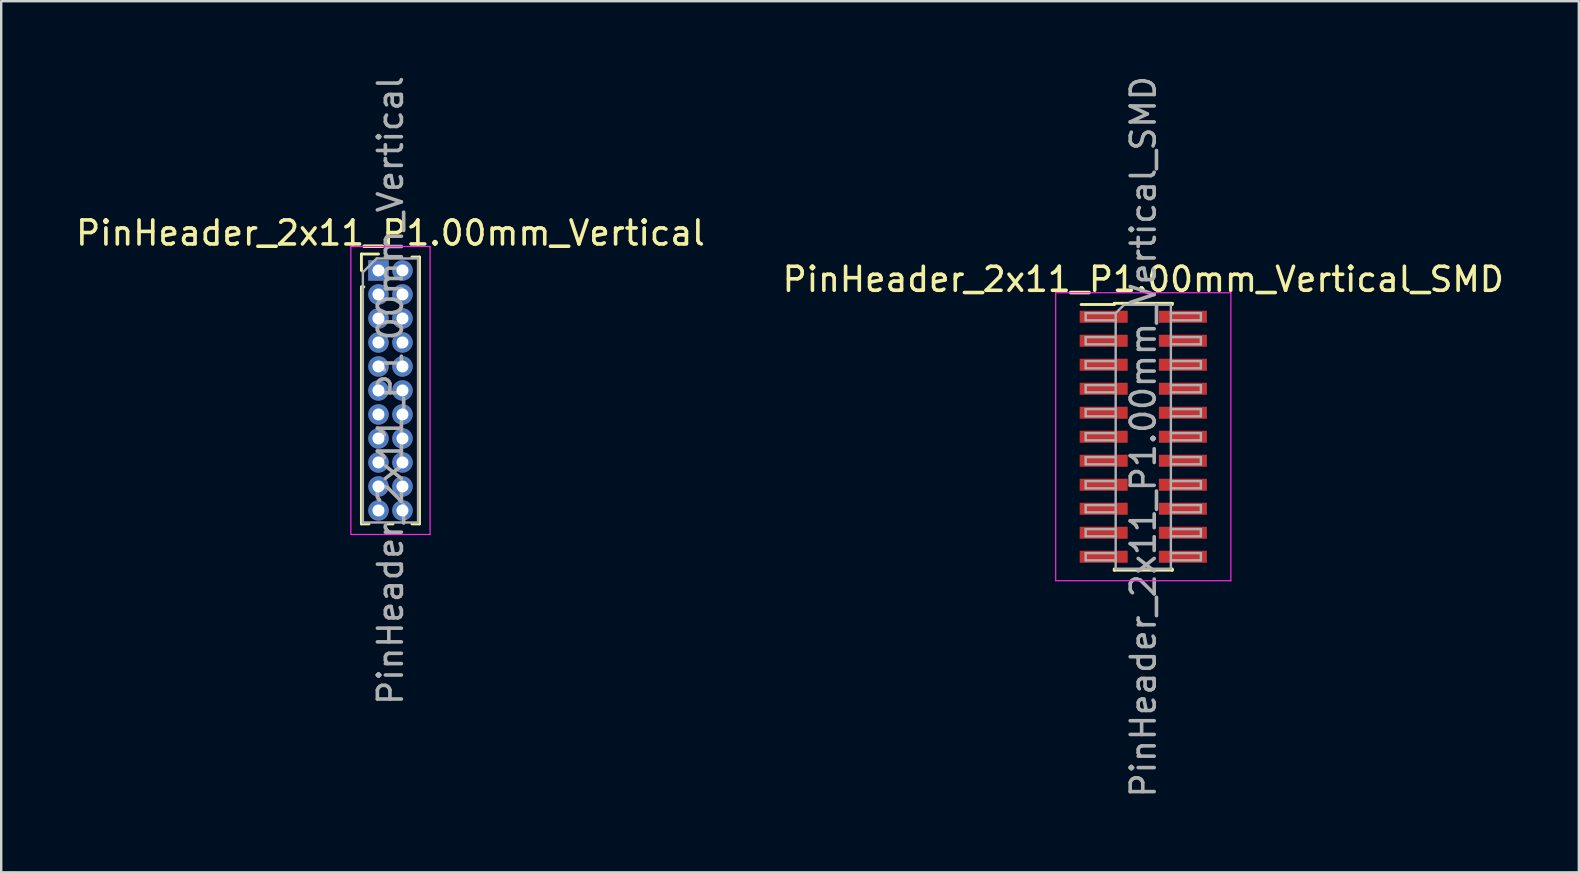
<source format=kicad_pcb>
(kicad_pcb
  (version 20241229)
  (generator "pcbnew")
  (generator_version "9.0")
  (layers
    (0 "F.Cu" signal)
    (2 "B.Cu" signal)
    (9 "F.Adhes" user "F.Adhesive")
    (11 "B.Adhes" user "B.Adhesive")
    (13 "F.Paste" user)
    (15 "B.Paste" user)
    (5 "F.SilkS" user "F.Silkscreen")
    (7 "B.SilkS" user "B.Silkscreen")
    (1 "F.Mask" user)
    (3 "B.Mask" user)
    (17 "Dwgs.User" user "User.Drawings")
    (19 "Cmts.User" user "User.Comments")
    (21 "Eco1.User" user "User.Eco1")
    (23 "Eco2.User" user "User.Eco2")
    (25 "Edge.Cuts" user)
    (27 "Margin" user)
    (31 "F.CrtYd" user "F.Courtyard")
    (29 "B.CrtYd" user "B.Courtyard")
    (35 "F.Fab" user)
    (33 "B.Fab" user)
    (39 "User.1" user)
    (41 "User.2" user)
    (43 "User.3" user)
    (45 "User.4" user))
  (footprint "PinHeader_2x11_P1.00mm_Vertical"
    (layer "F.Cu")
    (at 12.72 8.22)
    (property "Reference" "PinHeader_2x11_P1.00mm_Vertical" (at 0.5 -1.56 0) (layer "F.SilkS") (effects (font (size 1 1) (thickness 0.15))))
    (attr through_hole)
    (fp_line (start -0.71 -0.685) (end 0 -0.685) (stroke (width 0.12) (type solid)) (layer "F.SilkS"))
    (fp_line (start -0.71 0) (end -0.71 -0.685) (stroke (width 0.12) (type solid)) (layer "F.SilkS"))
    (fp_line (start -0.71 0.685) (end -0.71 10.56) (stroke (width 0.12) (type solid)) (layer "F.SilkS"))
    (fp_line (start -0.71 0.685) (end -0.608 0.685) (stroke (width 0.12) (type solid)) (layer "F.SilkS"))
    (fp_line (start -0.71 10.56) (end -0.394 10.56) (stroke (width 0.12) (type solid)) (layer "F.SilkS"))
    (fp_line (start 0.394 10.56) (end 0.606 10.56) (stroke (width 0.12) (type solid)) (layer "F.SilkS"))
    (fp_line (start 1.394 -0.56) (end 1.71 -0.56) (stroke (width 0.12) (type solid)) (layer "F.SilkS"))
    (fp_line (start 1.394 10.56) (end 1.71 10.56) (stroke (width 0.12) (type solid)) (layer "F.SilkS"))
    (fp_line (start 1.71 -0.56) (end 1.71 10.56) (stroke (width 0.12) (type solid)) (layer "F.SilkS"))
    (fp_line (start -1.15 -1) (end -1.15 11) (stroke (width 0.05) (type solid)) (layer "F.CrtYd"))
    (fp_line (start -1.15 11) (end 2.15 11) (stroke (width 0.05) (type solid)) (layer "F.CrtYd"))
    (fp_line (start 2.15 -1) (end -1.15 -1) (stroke (width 0.05) (type solid)) (layer "F.CrtYd"))
    (fp_line (start 2.15 11) (end 2.15 -1) (stroke (width 0.05) (type solid)) (layer "F.CrtYd"))
    (fp_line (start -0.65 0.075) (end -0.075 -0.5) (stroke (width 0.1) (type solid)) (layer "F.Fab"))
    (fp_line (start -0.65 10.5) (end -0.65 0.075) (stroke (width 0.1) (type solid)) (layer "F.Fab"))
    (fp_line (start -0.075 -0.5) (end 1.65 -0.5) (stroke (width 0.1) (type solid)) (layer "F.Fab"))
    (fp_line (start 1.65 -0.5) (end 1.65 10.5) (stroke (width 0.1) (type solid)) (layer "F.Fab"))
    (fp_line (start 1.65 10.5) (end -0.65 10.5) (stroke (width 0.1) (type solid)) (layer "F.Fab"))
    (fp_text user "${REFERENCE}" (at 0.5 5 90) (layer "F.Fab") (effects (font (size 1 1) (thickness 0.15))))
    (pad "1" thru_hole rect (at 0 0) (size 0.85 0.85) (drill 0.5) (layers "*.Cu" "*.Mask"))
    (pad "2" thru_hole oval (at 1 0) (size 0.85 0.85) (drill 0.5) (layers "*.Cu" "*.Mask"))
    (pad "3" thru_hole oval (at 0 1) (size 0.85 0.85) (drill 0.5) (layers "*.Cu" "*.Mask"))
    (pad "4" thru_hole oval (at 1 1) (size 0.85 0.85) (drill 0.5) (layers "*.Cu" "*.Mask"))
    (pad "5" thru_hole oval (at 0 2) (size 0.85 0.85) (drill 0.5) (layers "*.Cu" "*.Mask"))
    (pad "6" thru_hole oval (at 1 2) (size 0.85 0.85) (drill 0.5) (layers "*.Cu" "*.Mask"))
    (pad "7" thru_hole oval (at 0 3) (size 0.85 0.85) (drill 0.5) (layers "*.Cu" "*.Mask"))
    (pad "8" thru_hole oval (at 1 3) (size 0.85 0.85) (drill 0.5) (layers "*.Cu" "*.Mask"))
    (pad "9" thru_hole oval (at 0 4) (size 0.85 0.85) (drill 0.5) (layers "*.Cu" "*.Mask"))
    (pad "10" thru_hole oval (at 1 4) (size 0.85 0.85) (drill 0.5) (layers "*.Cu" "*.Mask"))
    (pad "11" thru_hole oval (at 0 5) (size 0.85 0.85) (drill 0.5) (layers "*.Cu" "*.Mask"))
    (pad "12" thru_hole oval (at 1 5) (size 0.85 0.85) (drill 0.5) (layers "*.Cu" "*.Mask"))
    (pad "13" thru_hole oval (at 0 6) (size 0.85 0.85) (drill 0.5) (layers "*.Cu" "*.Mask"))
    (pad "14" thru_hole oval (at 1 6) (size 0.85 0.85) (drill 0.5) (layers "*.Cu" "*.Mask"))
    (pad "15" thru_hole oval (at 0 7) (size 0.85 0.85) (drill 0.5) (layers "*.Cu" "*.Mask"))
    (pad "16" thru_hole oval (at 1 7) (size 0.85 0.85) (drill 0.5) (layers "*.Cu" "*.Mask"))
    (pad "17" thru_hole oval (at 0 8) (size 0.85 0.85) (drill 0.5) (layers "*.Cu" "*.Mask"))
    (pad "18" thru_hole oval (at 1 8) (size 0.85 0.85) (drill 0.5) (layers "*.Cu" "*.Mask"))
    (pad "19" thru_hole oval (at 0 9) (size 0.85 0.85) (drill 0.5) (layers "*.Cu" "*.Mask"))
    (pad "20" thru_hole oval (at 1 9) (size 0.85 0.85) (drill 0.5) (layers "*.Cu" "*.Mask"))
    (pad "21" thru_hole oval (at 0 10) (size 0.85 0.85) (drill 0.5) (layers "*.Cu" "*.Mask"))
    (pad "22" thru_hole oval (at 1 10) (size 0.85 0.85) (drill 0.5) (layers "*.Cu" "*.Mask")))
  (footprint "PinHeader_2x11_P1.00mm_Vertical_SMD"
    (layer "F.Cu")
    (at 44.589 15.149)
    (property "Reference" "PinHeader_2x11_P1.00mm_Vertical_SMD" (at 0 -6.56 0) (layer "F.SilkS") (effects (font (size 1 1) (thickness 0.15))))
    (attr smd)
    (fp_line (start -2.59 -5.51) (end -1.21 -5.51) (stroke (width 0.12) (type solid)) (layer "F.SilkS"))
    (fp_line (start -1.21 -5.56) (end -1.21 -5.51) (stroke (width 0.12) (type solid)) (layer "F.SilkS"))
    (fp_line (start -1.21 -5.56) (end 1.21 -5.56) (stroke (width 0.12) (type solid)) (layer "F.SilkS"))
    (fp_line (start -1.21 5.51) (end -1.21 5.56) (stroke (width 0.12) (type solid)) (layer "F.SilkS"))
    (fp_line (start -1.21 5.56) (end 1.21 5.56) (stroke (width 0.12) (type solid)) (layer "F.SilkS"))
    (fp_line (start 1.21 -5.56) (end 1.21 -5.51) (stroke (width 0.12) (type solid)) (layer "F.SilkS"))
    (fp_line (start 1.21 5.51) (end 1.21 5.56) (stroke (width 0.12) (type solid)) (layer "F.SilkS"))
    (fp_line (start -3.65 -6) (end -3.65 6) (stroke (width 0.05) (type solid)) (layer "F.CrtYd"))
    (fp_line (start -3.65 6) (end 3.65 6) (stroke (width 0.05) (type solid)) (layer "F.CrtYd"))
    (fp_line (start 3.65 -6) (end -3.65 -6) (stroke (width 0.05) (type solid)) (layer "F.CrtYd"))
    (fp_line (start 3.65 6) (end 3.65 -6) (stroke (width 0.05) (type solid)) (layer "F.CrtYd"))
    (fp_line (start -2.4 -5.15) (end -2.4 -4.85) (stroke (width 0.1) (type solid)) (layer "F.Fab"))
    (fp_line (start -2.4 -4.85) (end -1.15 -4.85) (stroke (width 0.1) (type solid)) (layer "F.Fab"))
    (fp_line (start -2.4 -4.15) (end -2.4 -3.85) (stroke (width 0.1) (type solid)) (layer "F.Fab"))
    (fp_line (start -2.4 -3.85) (end -1.15 -3.85) (stroke (width 0.1) (type solid)) (layer "F.Fab"))
    (fp_line (start -2.4 -3.15) (end -2.4 -2.85) (stroke (width 0.1) (type solid)) (layer "F.Fab"))
    (fp_line (start -2.4 -2.85) (end -1.15 -2.85) (stroke (width 0.1) (type solid)) (layer "F.Fab"))
    (fp_line (start -2.4 -2.15) (end -2.4 -1.85) (stroke (width 0.1) (type solid)) (layer "F.Fab"))
    (fp_line (start -2.4 -1.85) (end -1.15 -1.85) (stroke (width 0.1) (type solid)) (layer "F.Fab"))
    (fp_line (start -2.4 -1.15) (end -2.4 -0.85) (stroke (width 0.1) (type solid)) (layer "F.Fab"))
    (fp_line (start -2.4 -0.85) (end -1.15 -0.85) (stroke (width 0.1) (type solid)) (layer "F.Fab"))
    (fp_line (start -2.4 -0.15) (end -2.4 0.15) (stroke (width 0.1) (type solid)) (layer "F.Fab"))
    (fp_line (start -2.4 0.15) (end -1.15 0.15) (stroke (width 0.1) (type solid)) (layer "F.Fab"))
    (fp_line (start -2.4 0.85) (end -2.4 1.15) (stroke (width 0.1) (type solid)) (layer "F.Fab"))
    (fp_line (start -2.4 1.15) (end -1.15 1.15) (stroke (width 0.1) (type solid)) (layer "F.Fab"))
    (fp_line (start -2.4 1.85) (end -2.4 2.15) (stroke (width 0.1) (type solid)) (layer "F.Fab"))
    (fp_line (start -2.4 2.15) (end -1.15 2.15) (stroke (width 0.1) (type solid)) (layer "F.Fab"))
    (fp_line (start -2.4 2.85) (end -2.4 3.15) (stroke (width 0.1) (type solid)) (layer "F.Fab"))
    (fp_line (start -2.4 3.15) (end -1.15 3.15) (stroke (width 0.1) (type solid)) (layer "F.Fab"))
    (fp_line (start -2.4 3.85) (end -2.4 4.15) (stroke (width 0.1) (type solid)) (layer "F.Fab"))
    (fp_line (start -2.4 4.15) (end -1.15 4.15) (stroke (width 0.1) (type solid)) (layer "F.Fab"))
    (fp_line (start -2.4 4.85) (end -2.4 5.15) (stroke (width 0.1) (type solid)) (layer "F.Fab"))
    (fp_line (start -2.4 5.15) (end -1.15 5.15) (stroke (width 0.1) (type solid)) (layer "F.Fab"))
    (fp_line (start -1.15 -5.15) (end -2.4 -5.15) (stroke (width 0.1) (type solid)) (layer "F.Fab"))
    (fp_line (start -1.15 -5.15) (end -0.8 -5.5) (stroke (width 0.1) (type solid)) (layer "F.Fab"))
    (fp_line (start -1.15 -4.15) (end -2.4 -4.15) (stroke (width 0.1) (type solid)) (layer "F.Fab"))
    (fp_line (start -1.15 -3.15) (end -2.4 -3.15) (stroke (width 0.1) (type solid)) (layer "F.Fab"))
    (fp_line (start -1.15 -2.15) (end -2.4 -2.15) (stroke (width 0.1) (type solid)) (layer "F.Fab"))
    (fp_line (start -1.15 -1.15) (end -2.4 -1.15) (stroke (width 0.1) (type solid)) (layer "F.Fab"))
    (fp_line (start -1.15 -0.15) (end -2.4 -0.15) (stroke (width 0.1) (type solid)) (layer "F.Fab"))
    (fp_line (start -1.15 0.85) (end -2.4 0.85) (stroke (width 0.1) (type solid)) (layer "F.Fab"))
    (fp_line (start -1.15 1.85) (end -2.4 1.85) (stroke (width 0.1) (type solid)) (layer "F.Fab"))
    (fp_line (start -1.15 2.85) (end -2.4 2.85) (stroke (width 0.1) (type solid)) (layer "F.Fab"))
    (fp_line (start -1.15 3.85) (end -2.4 3.85) (stroke (width 0.1) (type solid)) (layer "F.Fab"))
    (fp_line (start -1.15 4.85) (end -2.4 4.85) (stroke (width 0.1) (type solid)) (layer "F.Fab"))
    (fp_line (start -1.15 5.5) (end -1.15 -5.15) (stroke (width 0.1) (type solid)) (layer "F.Fab"))
    (fp_line (start -0.8 -5.5) (end 1.15 -5.5) (stroke (width 0.1) (type solid)) (layer "F.Fab"))
    (fp_line (start 1.15 -5.5) (end 1.15 5.5) (stroke (width 0.1) (type solid)) (layer "F.Fab"))
    (fp_line (start 1.15 -5.15) (end 2.4 -5.15) (stroke (width 0.1) (type solid)) (layer "F.Fab"))
    (fp_line (start 1.15 -4.15) (end 2.4 -4.15) (stroke (width 0.1) (type solid)) (layer "F.Fab"))
    (fp_line (start 1.15 -3.15) (end 2.4 -3.15) (stroke (width 0.1) (type solid)) (layer "F.Fab"))
    (fp_line (start 1.15 -2.15) (end 2.4 -2.15) (stroke (width 0.1) (type solid)) (layer "F.Fab"))
    (fp_line (start 1.15 -1.15) (end 2.4 -1.15) (stroke (width 0.1) (type solid)) (layer "F.Fab"))
    (fp_line (start 1.15 -0.15) (end 2.4 -0.15) (stroke (width 0.1) (type solid)) (layer "F.Fab"))
    (fp_line (start 1.15 0.85) (end 2.4 0.85) (stroke (width 0.1) (type solid)) (layer "F.Fab"))
    (fp_line (start 1.15 1.85) (end 2.4 1.85) (stroke (width 0.1) (type solid)) (layer "F.Fab"))
    (fp_line (start 1.15 2.85) (end 2.4 2.85) (stroke (width 0.1) (type solid)) (layer "F.Fab"))
    (fp_line (start 1.15 3.85) (end 2.4 3.85) (stroke (width 0.1) (type solid)) (layer "F.Fab"))
    (fp_line (start 1.15 4.85) (end 2.4 4.85) (stroke (width 0.1) (type solid)) (layer "F.Fab"))
    (fp_line (start 1.15 5.5) (end -1.15 5.5) (stroke (width 0.1) (type solid)) (layer "F.Fab"))
    (fp_line (start 2.4 -5.15) (end 2.4 -4.85) (stroke (width 0.1) (type solid)) (layer "F.Fab"))
    (fp_line (start 2.4 -4.85) (end 1.15 -4.85) (stroke (width 0.1) (type solid)) (layer "F.Fab"))
    (fp_line (start 2.4 -4.15) (end 2.4 -3.85) (stroke (width 0.1) (type solid)) (layer "F.Fab"))
    (fp_line (start 2.4 -3.85) (end 1.15 -3.85) (stroke (width 0.1) (type solid)) (layer "F.Fab"))
    (fp_line (start 2.4 -3.15) (end 2.4 -2.85) (stroke (width 0.1) (type solid)) (layer "F.Fab"))
    (fp_line (start 2.4 -2.85) (end 1.15 -2.85) (stroke (width 0.1) (type solid)) (layer "F.Fab"))
    (fp_line (start 2.4 -2.15) (end 2.4 -1.85) (stroke (width 0.1) (type solid)) (layer "F.Fab"))
    (fp_line (start 2.4 -1.85) (end 1.15 -1.85) (stroke (width 0.1) (type solid)) (layer "F.Fab"))
    (fp_line (start 2.4 -1.15) (end 2.4 -0.85) (stroke (width 0.1) (type solid)) (layer "F.Fab"))
    (fp_line (start 2.4 -0.85) (end 1.15 -0.85) (stroke (width 0.1) (type solid)) (layer "F.Fab"))
    (fp_line (start 2.4 -0.15) (end 2.4 0.15) (stroke (width 0.1) (type solid)) (layer "F.Fab"))
    (fp_line (start 2.4 0.15) (end 1.15 0.15) (stroke (width 0.1) (type solid)) (layer "F.Fab"))
    (fp_line (start 2.4 0.85) (end 2.4 1.15) (stroke (width 0.1) (type solid)) (layer "F.Fab"))
    (fp_line (start 2.4 1.15) (end 1.15 1.15) (stroke (width 0.1) (type solid)) (layer "F.Fab"))
    (fp_line (start 2.4 1.85) (end 2.4 2.15) (stroke (width 0.1) (type solid)) (layer "F.Fab"))
    (fp_line (start 2.4 2.15) (end 1.15 2.15) (stroke (width 0.1) (type solid)) (layer "F.Fab"))
    (fp_line (start 2.4 2.85) (end 2.4 3.15) (stroke (width 0.1) (type solid)) (layer "F.Fab"))
    (fp_line (start 2.4 3.15) (end 1.15 3.15) (stroke (width 0.1) (type solid)) (layer "F.Fab"))
    (fp_line (start 2.4 3.85) (end 2.4 4.15) (stroke (width 0.1) (type solid)) (layer "F.Fab"))
    (fp_line (start 2.4 4.15) (end 1.15 4.15) (stroke (width 0.1) (type solid)) (layer "F.Fab"))
    (fp_line (start 2.4 4.85) (end 2.4 5.15) (stroke (width 0.1) (type solid)) (layer "F.Fab"))
    (fp_line (start 2.4 5.15) (end 1.15 5.15) (stroke (width 0.1) (type solid)) (layer "F.Fab"))
    (fp_text user "${REFERENCE}" (at 0 0 90) (layer "F.Fab") (effects (font (size 1 1) (thickness 0.15))))
    (pad "1" smd rect (at -1.65 -5) (size 2 0.5) (layers "F.Cu" "F.Mask" "F.Paste"))
    (pad "2" smd rect (at 1.65 -5) (size 2 0.5) (layers "F.Cu" "F.Mask" "F.Paste"))
    (pad "3" smd rect (at -1.65 -4) (size 2 0.5) (layers "F.Cu" "F.Mask" "F.Paste"))
    (pad "4" smd rect (at 1.65 -4) (size 2 0.5) (layers "F.Cu" "F.Mask" "F.Paste"))
    (pad "5" smd rect (at -1.65 -3) (size 2 0.5) (layers "F.Cu" "F.Mask" "F.Paste"))
    (pad "6" smd rect (at 1.65 -3) (size 2 0.5) (layers "F.Cu" "F.Mask" "F.Paste"))
    (pad "7" smd rect (at -1.65 -2) (size 2 0.5) (layers "F.Cu" "F.Mask" "F.Paste"))
    (pad "8" smd rect (at 1.65 -2) (size 2 0.5) (layers "F.Cu" "F.Mask" "F.Paste"))
    (pad "9" smd rect (at -1.65 -1) (size 2 0.5) (layers "F.Cu" "F.Mask" "F.Paste"))
    (pad "10" smd rect (at 1.65 -1) (size 2 0.5) (layers "F.Cu" "F.Mask" "F.Paste"))
    (pad "11" smd rect (at -1.65 0) (size 2 0.5) (layers "F.Cu" "F.Mask" "F.Paste"))
    (pad "12" smd rect (at 1.65 0) (size 2 0.5) (layers "F.Cu" "F.Mask" "F.Paste"))
    (pad "13" smd rect (at -1.65 1) (size 2 0.5) (layers "F.Cu" "F.Mask" "F.Paste"))
    (pad "14" smd rect (at 1.65 1) (size 2 0.5) (layers "F.Cu" "F.Mask" "F.Paste"))
    (pad "15" smd rect (at -1.65 2) (size 2 0.5) (layers "F.Cu" "F.Mask" "F.Paste"))
    (pad "16" smd rect (at 1.65 2) (size 2 0.5) (layers "F.Cu" "F.Mask" "F.Paste"))
    (pad "17" smd rect (at -1.65 3) (size 2 0.5) (layers "F.Cu" "F.Mask" "F.Paste"))
    (pad "18" smd rect (at 1.65 3) (size 2 0.5) (layers "F.Cu" "F.Mask" "F.Paste"))
    (pad "19" smd rect (at -1.65 4) (size 2 0.5) (layers "F.Cu" "F.Mask" "F.Paste"))
    (pad "20" smd rect (at 1.65 4) (size 2 0.5) (layers "F.Cu" "F.Mask" "F.Paste"))
    (pad "21" smd rect (at -1.65 5) (size 2 0.5) (layers "F.Cu" "F.Mask" "F.Paste"))
    (pad "22" smd rect (at 1.65 5) (size 2 0.5) (layers "F.Cu" "F.Mask" "F.Paste")))
  (gr_rect
    (start -3 -3)
    (end 62.738 33.298)
    (stroke (width 0.1) (type default))
    (fill no)
    (layer "Edge.Cuts")))
</source>
